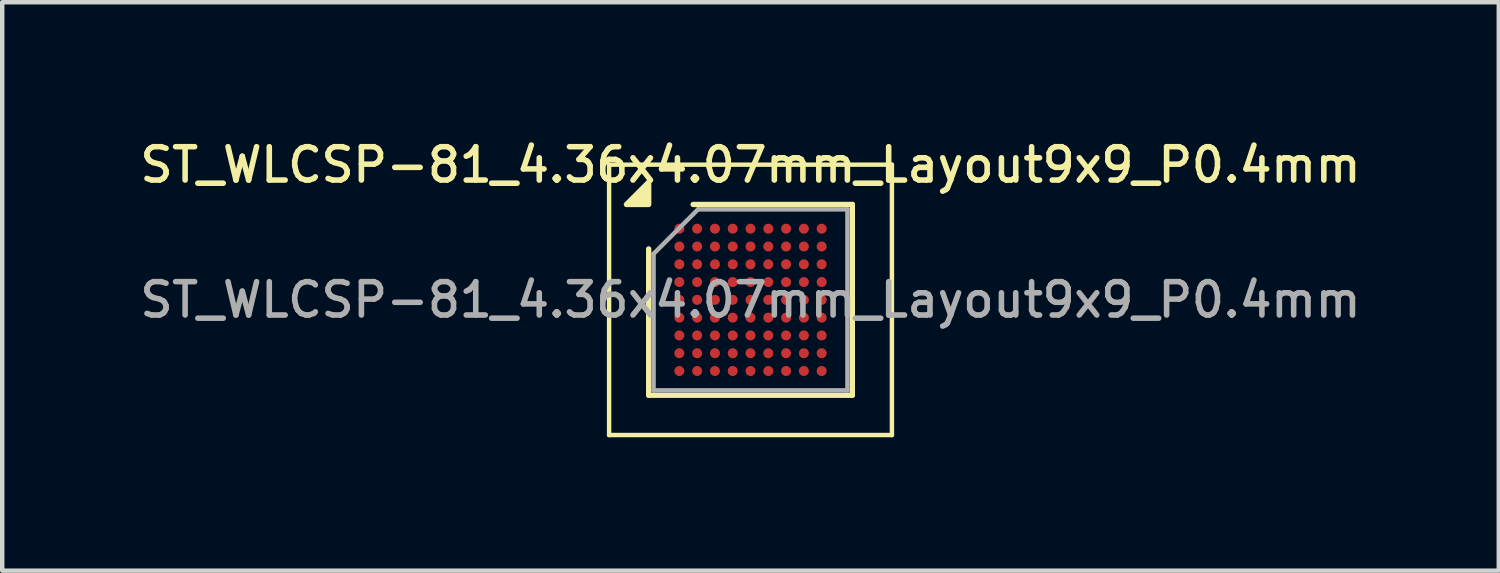
<source format=kicad_pcb>
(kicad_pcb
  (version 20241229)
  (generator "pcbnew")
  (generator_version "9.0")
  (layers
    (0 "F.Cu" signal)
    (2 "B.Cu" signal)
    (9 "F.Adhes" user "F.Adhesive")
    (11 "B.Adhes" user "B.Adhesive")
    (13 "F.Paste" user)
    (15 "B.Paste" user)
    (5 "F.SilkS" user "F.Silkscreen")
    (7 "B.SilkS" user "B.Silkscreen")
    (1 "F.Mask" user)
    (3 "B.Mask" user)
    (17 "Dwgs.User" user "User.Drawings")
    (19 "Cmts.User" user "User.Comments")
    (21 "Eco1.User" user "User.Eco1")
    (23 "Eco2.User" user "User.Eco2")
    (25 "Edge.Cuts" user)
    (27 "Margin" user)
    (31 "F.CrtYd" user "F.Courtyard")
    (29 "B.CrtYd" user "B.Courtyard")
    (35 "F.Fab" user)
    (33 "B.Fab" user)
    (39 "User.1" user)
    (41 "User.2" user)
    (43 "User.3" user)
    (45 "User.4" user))
  (footprint "ST_WLCSP-81_4.36x4.07mm_Layout9x9_P0.4mm"
    (layer "F.Cu")
    (at 13.827 3.693)
    (property "Reference" "ST_WLCSP-81_4.36x4.07mm_Layout9x9_P0.4mm" (at 0 -3.035 0) (layer "F.SilkS") (effects (font (size 0.75 0.75) (thickness 0.125))))
    (attr smd)
    (fp_line (start -3.18 -3.04) (end -3.18 3.04) (stroke (width 0.1) (type solid)) (layer "F.SilkS"))
    (fp_line (start -3.18 3.04) (end 3.18 3.04) (stroke (width 0.1) (type solid)) (layer "F.SilkS"))
    (fp_line (start -2.29 2.145) (end -2.29 -1.145) (stroke (width 0.12) (type solid)) (layer "F.SilkS"))
    (fp_line (start -1.29 -2.145) (end 2.29 -2.145) (stroke (width 0.12) (type solid)) (layer "F.SilkS"))
    (fp_line (start 2.29 -2.145) (end 2.29 2.145) (stroke (width 0.12) (type solid)) (layer "F.SilkS"))
    (fp_line (start 2.29 2.145) (end -2.29 2.145) (stroke (width 0.12) (type solid)) (layer "F.SilkS"))
    (fp_line (start 3.18 -3.04) (end -3.18 -3.04) (stroke (width 0.1) (type solid)) (layer "F.SilkS"))
    (fp_line (start 3.18 3.04) (end 3.18 -3.04) (stroke (width 0.1) (type solid)) (layer "F.SilkS"))
    (fp_poly (pts (xy -2.29 -2.145) (xy -2.79 -2.145) (xy -2.29 -2.645) (xy -2.29 -2.145)) (stroke (width 0.12) (type solid)) (fill yes) (layer "F.SilkS"))
    (fp_line (start -2.18 -1.035) (end -1.18 -2.035) (stroke (width 0.1) (type solid)) (layer "F.Fab"))
    (fp_line (start -2.18 2.035) (end -2.18 -1.035) (stroke (width 0.1) (type solid)) (layer "F.Fab"))
    (fp_line (start -1.18 -2.035) (end 2.18 -2.035) (stroke (width 0.1) (type solid)) (layer "F.Fab"))
    (fp_line (start 2.18 -2.035) (end 2.18 2.035) (stroke (width 0.1) (type solid)) (layer "F.Fab"))
    (fp_line (start 2.18 2.035) (end -2.18 2.035) (stroke (width 0.1) (type solid)) (layer "F.Fab"))
    (fp_text user "${REFERENCE}" (at 0 0 0) (layer "F.Fab") (effects (font (size 0.75 0.75) (thickness 0.125))))
    (pad "A1" smd circle (at -1.6 -1.6) (size 0.225 0.225) (property pad_prop_bga) (layers "F.Cu" "F.Mask" "F.Paste"))
    (pad "A2" smd circle (at -1.2 -1.6) (size 0.225 0.225) (property pad_prop_bga) (layers "F.Cu" "F.Mask" "F.Paste"))
    (pad "A3" smd circle (at -0.8 -1.6) (size 0.225 0.225) (property pad_prop_bga) (layers "F.Cu" "F.Mask" "F.Paste"))
    (pad "A4" smd circle (at -0.4 -1.6) (size 0.225 0.225) (property pad_prop_bga) (layers "F.Cu" "F.Mask" "F.Paste"))
    (pad "A5" smd circle (at 0 -1.6) (size 0.225 0.225) (property pad_prop_bga) (layers "F.Cu" "F.Mask" "F.Paste"))
    (pad "A6" smd circle (at 0.4 -1.6) (size 0.225 0.225) (property pad_prop_bga) (layers "F.Cu" "F.Mask" "F.Paste"))
    (pad "A7" smd circle (at 0.8 -1.6) (size 0.225 0.225) (property pad_prop_bga) (layers "F.Cu" "F.Mask" "F.Paste"))
    (pad "A8" smd circle (at 1.2 -1.6) (size 0.225 0.225) (property pad_prop_bga) (layers "F.Cu" "F.Mask" "F.Paste"))
    (pad "A9" smd circle (at 1.6 -1.6) (size 0.225 0.225) (property pad_prop_bga) (layers "F.Cu" "F.Mask" "F.Paste"))
    (pad "B1" smd circle (at -1.6 -1.2) (size 0.225 0.225) (property pad_prop_bga) (layers "F.Cu" "F.Mask" "F.Paste"))
    (pad "B2" smd circle (at -1.2 -1.2) (size 0.225 0.225) (property pad_prop_bga) (layers "F.Cu" "F.Mask" "F.Paste"))
    (pad "B3" smd circle (at -0.8 -1.2) (size 0.225 0.225) (property pad_prop_bga) (layers "F.Cu" "F.Mask" "F.Paste"))
    (pad "B4" smd circle (at -0.4 -1.2) (size 0.225 0.225) (property pad_prop_bga) (layers "F.Cu" "F.Mask" "F.Paste"))
    (pad "B5" smd circle (at 0 -1.2) (size 0.225 0.225) (property pad_prop_bga) (layers "F.Cu" "F.Mask" "F.Paste"))
    (pad "B6" smd circle (at 0.4 -1.2) (size 0.225 0.225) (property pad_prop_bga) (layers "F.Cu" "F.Mask" "F.Paste"))
    (pad "B7" smd circle (at 0.8 -1.2) (size 0.225 0.225) (property pad_prop_bga) (layers "F.Cu" "F.Mask" "F.Paste"))
    (pad "B8" smd circle (at 1.2 -1.2) (size 0.225 0.225) (property pad_prop_bga) (layers "F.Cu" "F.Mask" "F.Paste"))
    (pad "B9" smd circle (at 1.6 -1.2) (size 0.225 0.225) (property pad_prop_bga) (layers "F.Cu" "F.Mask" "F.Paste"))
    (pad "C1" smd circle (at -1.6 -0.8) (size 0.225 0.225) (property pad_prop_bga) (layers "F.Cu" "F.Mask" "F.Paste"))
    (pad "C2" smd circle (at -1.2 -0.8) (size 0.225 0.225) (property pad_prop_bga) (layers "F.Cu" "F.Mask" "F.Paste"))
    (pad "C3" smd circle (at -0.8 -0.8) (size 0.225 0.225) (property pad_prop_bga) (layers "F.Cu" "F.Mask" "F.Paste"))
    (pad "C4" smd circle (at -0.4 -0.8) (size 0.225 0.225) (property pad_prop_bga) (layers "F.Cu" "F.Mask" "F.Paste"))
    (pad "C5" smd circle (at 0 -0.8) (size 0.225 0.225) (property pad_prop_bga) (layers "F.Cu" "F.Mask" "F.Paste"))
    (pad "C6" smd circle (at 0.4 -0.8) (size 0.225 0.225) (property pad_prop_bga) (layers "F.Cu" "F.Mask" "F.Paste"))
    (pad "C7" smd circle (at 0.8 -0.8) (size 0.225 0.225) (property pad_prop_bga) (layers "F.Cu" "F.Mask" "F.Paste"))
    (pad "C8" smd circle (at 1.2 -0.8) (size 0.225 0.225) (property pad_prop_bga) (layers "F.Cu" "F.Mask" "F.Paste"))
    (pad "C9" smd circle (at 1.6 -0.8) (size 0.225 0.225) (property pad_prop_bga) (layers "F.Cu" "F.Mask" "F.Paste"))
    (pad "D1" smd circle (at -1.6 -0.4) (size 0.225 0.225) (property pad_prop_bga) (layers "F.Cu" "F.Mask" "F.Paste"))
    (pad "D2" smd circle (at -1.2 -0.4) (size 0.225 0.225) (property pad_prop_bga) (layers "F.Cu" "F.Mask" "F.Paste"))
    (pad "D3" smd circle (at -0.8 -0.4) (size 0.225 0.225) (property pad_prop_bga) (layers "F.Cu" "F.Mask" "F.Paste"))
    (pad "D4" smd circle (at -0.4 -0.4) (size 0.225 0.225) (property pad_prop_bga) (layers "F.Cu" "F.Mask" "F.Paste"))
    (pad "D5" smd circle (at 0 -0.4) (size 0.225 0.225) (property pad_prop_bga) (layers "F.Cu" "F.Mask" "F.Paste"))
    (pad "D6" smd circle (at 0.4 -0.4) (size 0.225 0.225) (property pad_prop_bga) (layers "F.Cu" "F.Mask" "F.Paste"))
    (pad "D7" smd circle (at 0.8 -0.4) (size 0.225 0.225) (property pad_prop_bga) (layers "F.Cu" "F.Mask" "F.Paste"))
    (pad "D8" smd circle (at 1.2 -0.4) (size 0.225 0.225) (property pad_prop_bga) (layers "F.Cu" "F.Mask" "F.Paste"))
    (pad "D9" smd circle (at 1.6 -0.4) (size 0.225 0.225) (property pad_prop_bga) (layers "F.Cu" "F.Mask" "F.Paste"))
    (pad "E1" smd circle (at -1.6 0) (size 0.225 0.225) (property pad_prop_bga) (layers "F.Cu" "F.Mask" "F.Paste"))
    (pad "E2" smd circle (at -1.2 0) (size 0.225 0.225) (property pad_prop_bga) (layers "F.Cu" "F.Mask" "F.Paste"))
    (pad "E3" smd circle (at -0.8 0) (size 0.225 0.225) (property pad_prop_bga) (layers "F.Cu" "F.Mask" "F.Paste"))
    (pad "E4" smd circle (at -0.4 0) (size 0.225 0.225) (property pad_prop_bga) (layers "F.Cu" "F.Mask" "F.Paste"))
    (pad "E5" smd circle (at 0 0) (size 0.225 0.225) (property pad_prop_bga) (layers "F.Cu" "F.Mask" "F.Paste"))
    (pad "E6" smd circle (at 0.4 0) (size 0.225 0.225) (property pad_prop_bga) (layers "F.Cu" "F.Mask" "F.Paste"))
    (pad "E7" smd circle (at 0.8 0) (size 0.225 0.225) (property pad_prop_bga) (layers "F.Cu" "F.Mask" "F.Paste"))
    (pad "E8" smd circle (at 1.2 0) (size 0.225 0.225) (property pad_prop_bga) (layers "F.Cu" "F.Mask" "F.Paste"))
    (pad "E9" smd circle (at 1.6 0) (size 0.225 0.225) (property pad_prop_bga) (layers "F.Cu" "F.Mask" "F.Paste"))
    (pad "F1" smd circle (at -1.6 0.4) (size 0.225 0.225) (property pad_prop_bga) (layers "F.Cu" "F.Mask" "F.Paste"))
    (pad "F2" smd circle (at -1.2 0.4) (size 0.225 0.225) (property pad_prop_bga) (layers "F.Cu" "F.Mask" "F.Paste"))
    (pad "F3" smd circle (at -0.8 0.4) (size 0.225 0.225) (property pad_prop_bga) (layers "F.Cu" "F.Mask" "F.Paste"))
    (pad "F4" smd circle (at -0.4 0.4) (size 0.225 0.225) (property pad_prop_bga) (layers "F.Cu" "F.Mask" "F.Paste"))
    (pad "F5" smd circle (at 0 0.4) (size 0.225 0.225) (property pad_prop_bga) (layers "F.Cu" "F.Mask" "F.Paste"))
    (pad "F6" smd circle (at 0.4 0.4) (size 0.225 0.225) (property pad_prop_bga) (layers "F.Cu" "F.Mask" "F.Paste"))
    (pad "F7" smd circle (at 0.8 0.4) (size 0.225 0.225) (property pad_prop_bga) (layers "F.Cu" "F.Mask" "F.Paste"))
    (pad "F8" smd circle (at 1.2 0.4) (size 0.225 0.225) (property pad_prop_bga) (layers "F.Cu" "F.Mask" "F.Paste"))
    (pad "F9" smd circle (at 1.6 0.4) (size 0.225 0.225) (property pad_prop_bga) (layers "F.Cu" "F.Mask" "F.Paste"))
    (pad "G1" smd circle (at -1.6 0.8) (size 0.225 0.225) (property pad_prop_bga) (layers "F.Cu" "F.Mask" "F.Paste"))
    (pad "G2" smd circle (at -1.2 0.8) (size 0.225 0.225) (property pad_prop_bga) (layers "F.Cu" "F.Mask" "F.Paste"))
    (pad "G3" smd circle (at -0.8 0.8) (size 0.225 0.225) (property pad_prop_bga) (layers "F.Cu" "F.Mask" "F.Paste"))
    (pad "G4" smd circle (at -0.4 0.8) (size 0.225 0.225) (property pad_prop_bga) (layers "F.Cu" "F.Mask" "F.Paste"))
    (pad "G5" smd circle (at 0 0.8) (size 0.225 0.225) (property pad_prop_bga) (layers "F.Cu" "F.Mask" "F.Paste"))
    (pad "G6" smd circle (at 0.4 0.8) (size 0.225 0.225) (property pad_prop_bga) (layers "F.Cu" "F.Mask" "F.Paste"))
    (pad "G7" smd circle (at 0.8 0.8) (size 0.225 0.225) (property pad_prop_bga) (layers "F.Cu" "F.Mask" "F.Paste"))
    (pad "G8" smd circle (at 1.2 0.8) (size 0.225 0.225) (property pad_prop_bga) (layers "F.Cu" "F.Mask" "F.Paste"))
    (pad "G9" smd circle (at 1.6 0.8) (size 0.225 0.225) (property pad_prop_bga) (layers "F.Cu" "F.Mask" "F.Paste"))
    (pad "H1" smd circle (at -1.6 1.2) (size 0.225 0.225) (property pad_prop_bga) (layers "F.Cu" "F.Mask" "F.Paste"))
    (pad "H2" smd circle (at -1.2 1.2) (size 0.225 0.225) (property pad_prop_bga) (layers "F.Cu" "F.Mask" "F.Paste"))
    (pad "H3" smd circle (at -0.8 1.2) (size 0.225 0.225) (property pad_prop_bga) (layers "F.Cu" "F.Mask" "F.Paste"))
    (pad "H4" smd circle (at -0.4 1.2) (size 0.225 0.225) (property pad_prop_bga) (layers "F.Cu" "F.Mask" "F.Paste"))
    (pad "H5" smd circle (at 0 1.2) (size 0.225 0.225) (property pad_prop_bga) (layers "F.Cu" "F.Mask" "F.Paste"))
    (pad "H6" smd circle (at 0.4 1.2) (size 0.225 0.225) (property pad_prop_bga) (layers "F.Cu" "F.Mask" "F.Paste"))
    (pad "H7" smd circle (at 0.8 1.2) (size 0.225 0.225) (property pad_prop_bga) (layers "F.Cu" "F.Mask" "F.Paste"))
    (pad "H8" smd circle (at 1.2 1.2) (size 0.225 0.225) (property pad_prop_bga) (layers "F.Cu" "F.Mask" "F.Paste"))
    (pad "H9" smd circle (at 1.6 1.2) (size 0.225 0.225) (property pad_prop_bga) (layers "F.Cu" "F.Mask" "F.Paste"))
    (pad "J1" smd circle (at -1.6 1.6) (size 0.225 0.225) (property pad_prop_bga) (layers "F.Cu" "F.Mask" "F.Paste"))
    (pad "J2" smd circle (at -1.2 1.6) (size 0.225 0.225) (property pad_prop_bga) (layers "F.Cu" "F.Mask" "F.Paste"))
    (pad "J3" smd circle (at -0.8 1.6) (size 0.225 0.225) (property pad_prop_bga) (layers "F.Cu" "F.Mask" "F.Paste"))
    (pad "J4" smd circle (at -0.4 1.6) (size 0.225 0.225) (property pad_prop_bga) (layers "F.Cu" "F.Mask" "F.Paste"))
    (pad "J5" smd circle (at 0 1.6) (size 0.225 0.225) (property pad_prop_bga) (layers "F.Cu" "F.Mask" "F.Paste"))
    (pad "J6" smd circle (at 0.4 1.6) (size 0.225 0.225) (property pad_prop_bga) (layers "F.Cu" "F.Mask" "F.Paste"))
    (pad "J7" smd circle (at 0.8 1.6) (size 0.225 0.225) (property pad_prop_bga) (layers "F.Cu" "F.Mask" "F.Paste"))
    (pad "J8" smd circle (at 1.2 1.6) (size 0.225 0.225) (property pad_prop_bga) (layers "F.Cu" "F.Mask" "F.Paste"))
    (pad "J9" smd circle (at 1.6 1.6) (size 0.225 0.225) (property pad_prop_bga) (layers "F.Cu" "F.Mask" "F.Paste")))
  (gr_rect
    (start -3 -3)
    (end 30.654 9.783)
    (stroke (width 0.1) (type default))
    (fill no)
    (layer "Edge.Cuts")))
</source>
